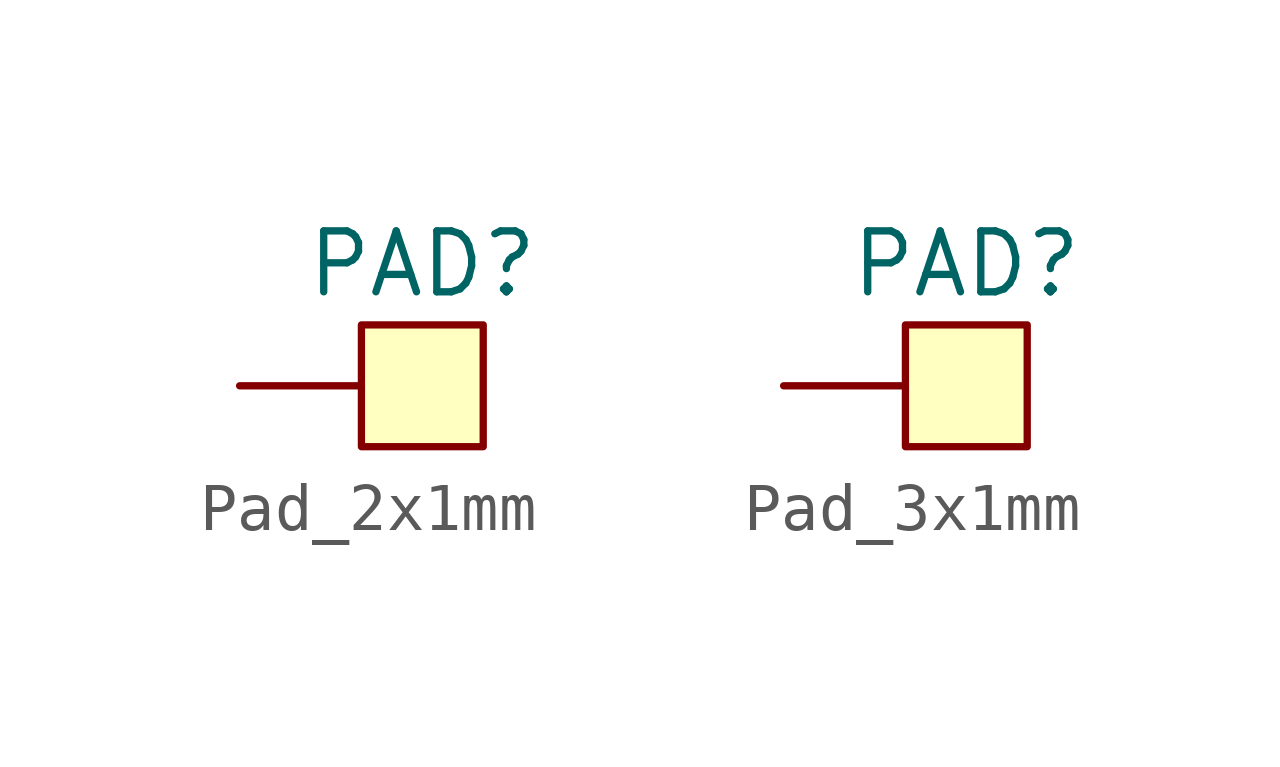
<source format=kicad_sym>
(kicad_symbol_lib
  (version 20241209)
  (generator "kicad_symbol_editor")
  (generator_version "9.0")
  (symbol "Pad_2x1mm"
    (pin_numbers
      (hide yes))
    (pin_names
      (hide yes))
    (property "Reference" "PAD"
      (at 3.81 0 0)
      (effects (font (size 1.27 1.27))))
    (symbol "Pad_2x1mm_1_1"
      (rectangle (start 2.54 -1.27) (end 5.08 -3.81) (stroke (width 0) (type default)) (fill (type background)))
      (pin passive line (at 0 -2.54 0) (length 2.54) (name "" (effects (font (size 1.27 1.27)))) (number "1" (effects (font (size 1.27 1.27)))))))
  (symbol "Pad_3x1mm"
    (pin_numbers
      (hide yes))
    (pin_names
      (hide yes))
    (property "Reference" "PAD"
      (at 3.81 0 0)
      (effects (font (size 1.27 1.27))))
    (symbol "Pad_3x1mm_1_1"
      (rectangle (start 2.54 -1.27) (end 5.08 -3.81) (stroke (width 0) (type default)) (fill (type background)))
      (pin passive line (at 0 -2.54 0) (length 2.54) (name "" (effects (font (size 1.27 1.27)))) (number "1" (effects (font (size 1.27 1.27))))))))
</source>
